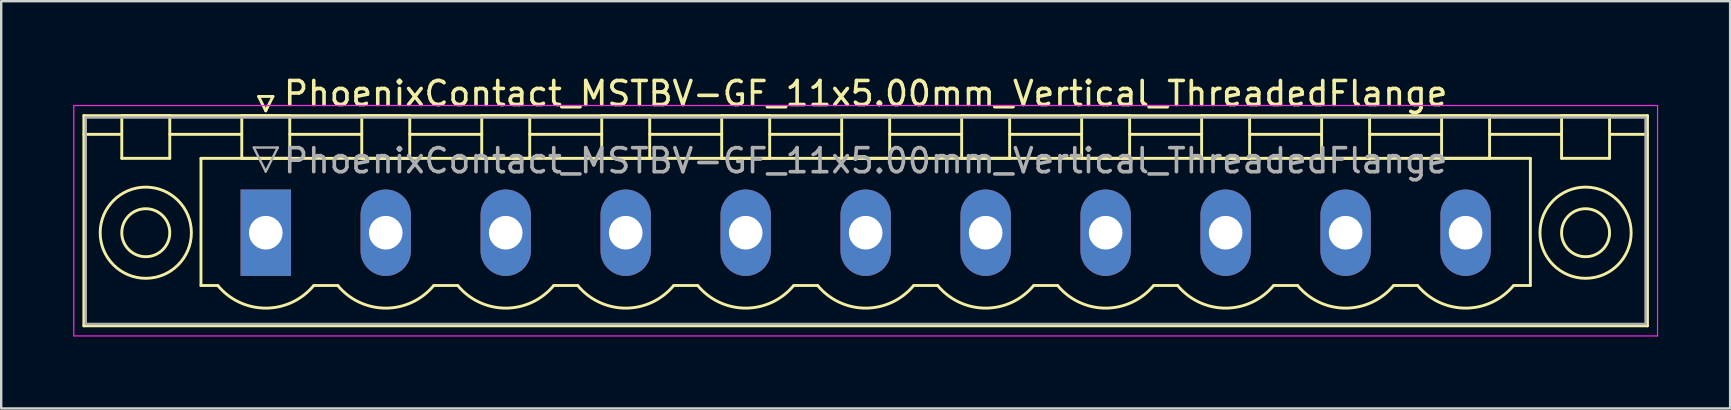
<source format=kicad_pcb>
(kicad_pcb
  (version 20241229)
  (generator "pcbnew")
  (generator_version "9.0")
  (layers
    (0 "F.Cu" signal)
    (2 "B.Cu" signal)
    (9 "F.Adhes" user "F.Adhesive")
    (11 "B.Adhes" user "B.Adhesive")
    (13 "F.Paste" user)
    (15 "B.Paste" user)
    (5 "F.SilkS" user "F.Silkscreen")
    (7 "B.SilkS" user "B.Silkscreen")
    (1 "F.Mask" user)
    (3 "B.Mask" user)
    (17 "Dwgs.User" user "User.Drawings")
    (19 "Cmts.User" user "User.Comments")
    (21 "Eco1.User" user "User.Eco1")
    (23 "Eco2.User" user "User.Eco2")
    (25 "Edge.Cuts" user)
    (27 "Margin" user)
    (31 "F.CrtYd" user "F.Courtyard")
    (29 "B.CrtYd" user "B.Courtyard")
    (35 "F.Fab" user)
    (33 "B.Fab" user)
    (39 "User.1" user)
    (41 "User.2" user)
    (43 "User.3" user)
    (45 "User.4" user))
  (footprint "PhoenixContact_MSTBV-GF_11x5.00mm_Vertical_ThreadedFlange"
    (layer "F.Cu")
    (at 8.025 6.648)
    (property "Reference" "PhoenixContact_MSTBV-GF_11x5.00mm_Vertical_ThreadedFlange" (at 25 -5.8 0) (layer "F.SilkS") (effects (font (size 1 1) (thickness 0.15))))
    (attr through_hole)
    (fp_line (start -7.58 -4.88) (end -7.58 3.88) (stroke (width 0.12) (type solid)) (layer "F.SilkS"))
    (fp_line (start -7.58 -4.1) (end -6.08 -4.1) (stroke (width 0.12) (type solid)) (layer "F.SilkS"))
    (fp_line (start -7.58 3.88) (end 57.58 3.88) (stroke (width 0.12) (type solid)) (layer "F.SilkS"))
    (fp_line (start -6 -4.88) (end -4 -4.88) (stroke (width 0.12) (type solid)) (layer "F.SilkS"))
    (fp_line (start -6 -3.1) (end -6 -4.88) (stroke (width 0.12) (type solid)) (layer "F.SilkS"))
    (fp_line (start -4 -4.88) (end -4 -3.1) (stroke (width 0.12) (type solid)) (layer "F.SilkS"))
    (fp_line (start -4 -4.1) (end -1 -4.1) (stroke (width 0.12) (type solid)) (layer "F.SilkS"))
    (fp_line (start -4 -3.1) (end -6 -3.1) (stroke (width 0.12) (type solid)) (layer "F.SilkS"))
    (fp_line (start -2.7 -3.1) (end 52.7 -3.1) (stroke (width 0.12) (type solid)) (layer "F.SilkS"))
    (fp_line (start -2.7 2.2) (end -2.7 -3.1) (stroke (width 0.12) (type solid)) (layer "F.SilkS"))
    (fp_line (start -2 2.2) (end -2.7 2.2) (stroke (width 0.12) (type solid)) (layer "F.SilkS"))
    (fp_line (start -1 -4.88) (end 1 -4.88) (stroke (width 0.12) (type solid)) (layer "F.SilkS"))
    (fp_line (start -1 -3.1) (end -1 -4.88) (stroke (width 0.12) (type solid)) (layer "F.SilkS"))
    (fp_line (start -0.3 -5.68) (end 0.3 -5.68) (stroke (width 0.12) (type solid)) (layer "F.SilkS"))
    (fp_line (start 0 -5.08) (end -0.3 -5.68) (stroke (width 0.12) (type solid)) (layer "F.SilkS"))
    (fp_line (start 0.3 -5.68) (end 0 -5.08) (stroke (width 0.12) (type solid)) (layer "F.SilkS"))
    (fp_line (start 1 -4.88) (end 1 -3.1) (stroke (width 0.12) (type solid)) (layer "F.SilkS"))
    (fp_line (start 1 -4.1) (end 4 -4.1) (stroke (width 0.12) (type solid)) (layer "F.SilkS"))
    (fp_line (start 1 -3.1) (end -1 -3.1) (stroke (width 0.12) (type solid)) (layer "F.SilkS"))
    (fp_line (start 2 2.2) (end 3 2.2) (stroke (width 0.12) (type solid)) (layer "F.SilkS"))
    (fp_line (start 4 -4.88) (end 6 -4.88) (stroke (width 0.12) (type solid)) (layer "F.SilkS"))
    (fp_line (start 4 -3.1) (end 4 -4.88) (stroke (width 0.12) (type solid)) (layer "F.SilkS"))
    (fp_line (start 6 -4.88) (end 6 -3.1) (stroke (width 0.12) (type solid)) (layer "F.SilkS"))
    (fp_line (start 6 -4.1) (end 9 -4.1) (stroke (width 0.12) (type solid)) (layer "F.SilkS"))
    (fp_line (start 6 -3.1) (end 4 -3.1) (stroke (width 0.12) (type solid)) (layer "F.SilkS"))
    (fp_line (start 7 2.2) (end 8 2.2) (stroke (width 0.12) (type solid)) (layer "F.SilkS"))
    (fp_line (start 9 -4.88) (end 11 -4.88) (stroke (width 0.12) (type solid)) (layer "F.SilkS"))
    (fp_line (start 9 -3.1) (end 9 -4.88) (stroke (width 0.12) (type solid)) (layer "F.SilkS"))
    (fp_line (start 11 -4.88) (end 11 -3.1) (stroke (width 0.12) (type solid)) (layer "F.SilkS"))
    (fp_line (start 11 -4.1) (end 14 -4.1) (stroke (width 0.12) (type solid)) (layer "F.SilkS"))
    (fp_line (start 11 -3.1) (end 9 -3.1) (stroke (width 0.12) (type solid)) (layer "F.SilkS"))
    (fp_line (start 12 2.2) (end 13 2.2) (stroke (width 0.12) (type solid)) (layer "F.SilkS"))
    (fp_line (start 14 -4.88) (end 16 -4.88) (stroke (width 0.12) (type solid)) (layer "F.SilkS"))
    (fp_line (start 14 -3.1) (end 14 -4.88) (stroke (width 0.12) (type solid)) (layer "F.SilkS"))
    (fp_line (start 16 -4.88) (end 16 -3.1) (stroke (width 0.12) (type solid)) (layer "F.SilkS"))
    (fp_line (start 16 -4.1) (end 19 -4.1) (stroke (width 0.12) (type solid)) (layer "F.SilkS"))
    (fp_line (start 16 -3.1) (end 14 -3.1) (stroke (width 0.12) (type solid)) (layer "F.SilkS"))
    (fp_line (start 17 2.2) (end 18 2.2) (stroke (width 0.12) (type solid)) (layer "F.SilkS"))
    (fp_line (start 19 -4.88) (end 21 -4.88) (stroke (width 0.12) (type solid)) (layer "F.SilkS"))
    (fp_line (start 19 -3.1) (end 19 -4.88) (stroke (width 0.12) (type solid)) (layer "F.SilkS"))
    (fp_line (start 21 -4.88) (end 21 -3.1) (stroke (width 0.12) (type solid)) (layer "F.SilkS"))
    (fp_line (start 21 -4.1) (end 24 -4.1) (stroke (width 0.12) (type solid)) (layer "F.SilkS"))
    (fp_line (start 21 -3.1) (end 19 -3.1) (stroke (width 0.12) (type solid)) (layer "F.SilkS"))
    (fp_line (start 22 2.2) (end 23 2.2) (stroke (width 0.12) (type solid)) (layer "F.SilkS"))
    (fp_line (start 24 -4.88) (end 26 -4.88) (stroke (width 0.12) (type solid)) (layer "F.SilkS"))
    (fp_line (start 24 -3.1) (end 24 -4.88) (stroke (width 0.12) (type solid)) (layer "F.SilkS"))
    (fp_line (start 26 -4.88) (end 26 -3.1) (stroke (width 0.12) (type solid)) (layer "F.SilkS"))
    (fp_line (start 26 -4.1) (end 29 -4.1) (stroke (width 0.12) (type solid)) (layer "F.SilkS"))
    (fp_line (start 26 -3.1) (end 24 -3.1) (stroke (width 0.12) (type solid)) (layer "F.SilkS"))
    (fp_line (start 27 2.2) (end 28 2.2) (stroke (width 0.12) (type solid)) (layer "F.SilkS"))
    (fp_line (start 29 -4.88) (end 31 -4.88) (stroke (width 0.12) (type solid)) (layer "F.SilkS"))
    (fp_line (start 29 -3.1) (end 29 -4.88) (stroke (width 0.12) (type solid)) (layer "F.SilkS"))
    (fp_line (start 31 -4.88) (end 31 -3.1) (stroke (width 0.12) (type solid)) (layer "F.SilkS"))
    (fp_line (start 31 -4.1) (end 34 -4.1) (stroke (width 0.12) (type solid)) (layer "F.SilkS"))
    (fp_line (start 31 -3.1) (end 29 -3.1) (stroke (width 0.12) (type solid)) (layer "F.SilkS"))
    (fp_line (start 32 2.2) (end 33 2.2) (stroke (width 0.12) (type solid)) (layer "F.SilkS"))
    (fp_line (start 34 -4.88) (end 36 -4.88) (stroke (width 0.12) (type solid)) (layer "F.SilkS"))
    (fp_line (start 34 -3.1) (end 34 -4.88) (stroke (width 0.12) (type solid)) (layer "F.SilkS"))
    (fp_line (start 36 -4.88) (end 36 -3.1) (stroke (width 0.12) (type solid)) (layer "F.SilkS"))
    (fp_line (start 36 -4.1) (end 39 -4.1) (stroke (width 0.12) (type solid)) (layer "F.SilkS"))
    (fp_line (start 36 -3.1) (end 34 -3.1) (stroke (width 0.12) (type solid)) (layer "F.SilkS"))
    (fp_line (start 37 2.2) (end 38 2.2) (stroke (width 0.12) (type solid)) (layer "F.SilkS"))
    (fp_line (start 39 -4.88) (end 41 -4.88) (stroke (width 0.12) (type solid)) (layer "F.SilkS"))
    (fp_line (start 39 -3.1) (end 39 -4.88) (stroke (width 0.12) (type solid)) (layer "F.SilkS"))
    (fp_line (start 41 -4.88) (end 41 -3.1) (stroke (width 0.12) (type solid)) (layer "F.SilkS"))
    (fp_line (start 41 -4.1) (end 44 -4.1) (stroke (width 0.12) (type solid)) (layer "F.SilkS"))
    (fp_line (start 41 -3.1) (end 39 -3.1) (stroke (width 0.12) (type solid)) (layer "F.SilkS"))
    (fp_line (start 42 2.2) (end 43 2.2) (stroke (width 0.12) (type solid)) (layer "F.SilkS"))
    (fp_line (start 44 -4.88) (end 46 -4.88) (stroke (width 0.12) (type solid)) (layer "F.SilkS"))
    (fp_line (start 44 -3.1) (end 44 -4.88) (stroke (width 0.12) (type solid)) (layer "F.SilkS"))
    (fp_line (start 46 -4.88) (end 46 -3.1) (stroke (width 0.12) (type solid)) (layer "F.SilkS"))
    (fp_line (start 46 -4.1) (end 49 -4.1) (stroke (width 0.12) (type solid)) (layer "F.SilkS"))
    (fp_line (start 46 -3.1) (end 44 -3.1) (stroke (width 0.12) (type solid)) (layer "F.SilkS"))
    (fp_line (start 47 2.2) (end 48 2.2) (stroke (width 0.12) (type solid)) (layer "F.SilkS"))
    (fp_line (start 49 -4.88) (end 51 -4.88) (stroke (width 0.12) (type solid)) (layer "F.SilkS"))
    (fp_line (start 49 -3.1) (end 49 -4.88) (stroke (width 0.12) (type solid)) (layer "F.SilkS"))
    (fp_line (start 51 -4.88) (end 51 -3.1) (stroke (width 0.12) (type solid)) (layer "F.SilkS"))
    (fp_line (start 51 -4.1) (end 54 -4.1) (stroke (width 0.12) (type solid)) (layer "F.SilkS"))
    (fp_line (start 51 -3.1) (end 49 -3.1) (stroke (width 0.12) (type solid)) (layer "F.SilkS"))
    (fp_line (start 52.7 -3.1) (end 52.7 2.2) (stroke (width 0.12) (type solid)) (layer "F.SilkS"))
    (fp_line (start 52.7 2.2) (end 52 2.2) (stroke (width 0.12) (type solid)) (layer "F.SilkS"))
    (fp_line (start 54 -4.88) (end 56 -4.88) (stroke (width 0.12) (type solid)) (layer "F.SilkS"))
    (fp_line (start 54 -3.1) (end 54 -4.88) (stroke (width 0.12) (type solid)) (layer "F.SilkS"))
    (fp_line (start 56 -4.88) (end 56 -3.1) (stroke (width 0.12) (type solid)) (layer "F.SilkS"))
    (fp_line (start 56 -3.1) (end 54 -3.1) (stroke (width 0.12) (type solid)) (layer "F.SilkS"))
    (fp_line (start 57.58 -4.88) (end -7.58 -4.88) (stroke (width 0.12) (type solid)) (layer "F.SilkS"))
    (fp_line (start 57.58 -4.1) (end 56.08 -4.1) (stroke (width 0.12) (type solid)) (layer "F.SilkS"))
    (fp_line (start 57.58 3.88) (end 57.58 -4.88) (stroke (width 0.12) (type solid)) (layer "F.SilkS"))
    (fp_arc (start 1.986842 2.215821) (mid -0.010289 3.142758) (end -2 2.2) (stroke (width 0.12) (type solid)) (layer "F.SilkS"))
    (fp_arc (start 6.986842 2.215821) (mid 4.989711 3.142758) (end 3 2.2) (stroke (width 0.12) (type solid)) (layer "F.SilkS"))
    (fp_arc (start 11.986842 2.215821) (mid 9.989711 3.142758) (end 8 2.2) (stroke (width 0.12) (type solid)) (layer "F.SilkS"))
    (fp_arc (start 16.986842 2.215821) (mid 14.989711 3.142758) (end 13 2.2) (stroke (width 0.12) (type solid)) (layer "F.SilkS"))
    (fp_arc (start 21.986842 2.215821) (mid 19.989711 3.142758) (end 18 2.2) (stroke (width 0.12) (type solid)) (layer "F.SilkS"))
    (fp_arc (start 26.986842 2.215821) (mid 24.989711 3.142758) (end 23 2.2) (stroke (width 0.12) (type solid)) (layer "F.SilkS"))
    (fp_arc (start 31.986842 2.215821) (mid 29.989711 3.142758) (end 28 2.2) (stroke (width 0.12) (type solid)) (layer "F.SilkS"))
    (fp_arc (start 36.986842 2.215821) (mid 34.989711 3.142758) (end 33 2.2) (stroke (width 0.12) (type solid)) (layer "F.SilkS"))
    (fp_arc (start 41.986842 2.215821) (mid 39.989711 3.142758) (end 38 2.2) (stroke (width 0.12) (type solid)) (layer "F.SilkS"))
    (fp_arc (start 46.986842 2.215821) (mid 44.989711 3.142758) (end 43 2.2) (stroke (width 0.12) (type solid)) (layer "F.SilkS"))
    (fp_arc (start 51.986842 2.215821) (mid 49.989711 3.142758) (end 48 2.2) (stroke (width 0.12) (type solid)) (layer "F.SilkS"))
    (fp_circle (center -5 0) (end -4 0) (stroke (width 0.12) (type solid)) (fill no) (layer "F.SilkS"))
    (fp_circle (center -5 0) (end -3.1 0) (stroke (width 0.12) (type solid)) (fill no) (layer "F.SilkS"))
    (fp_circle (center 55 0) (end 56 0) (stroke (width 0.12) (type solid)) (fill no) (layer "F.SilkS"))
    (fp_circle (center 55 0) (end 56.9 0) (stroke (width 0.12) (type solid)) (fill no) (layer "F.SilkS"))
    (fp_line (start -8 -5.3) (end -8 4.3) (stroke (width 0.05) (type solid)) (layer "F.CrtYd"))
    (fp_line (start -8 4.3) (end 58 4.3) (stroke (width 0.05) (type solid)) (layer "F.CrtYd"))
    (fp_line (start 58 -5.3) (end -8 -5.3) (stroke (width 0.05) (type solid)) (layer "F.CrtYd"))
    (fp_line (start 58 4.3) (end 58 -5.3) (stroke (width 0.05) (type solid)) (layer "F.CrtYd"))
    (fp_line (start -7.5 -4.8) (end -7.5 3.8) (stroke (width 0.1) (type solid)) (layer "F.Fab"))
    (fp_line (start -7.5 3.8) (end 57.5 3.8) (stroke (width 0.1) (type solid)) (layer "F.Fab"))
    (fp_line (start -0.5 -3.55) (end 0.5 -3.55) (stroke (width 0.1) (type solid)) (layer "F.Fab"))
    (fp_line (start 0 -2.55) (end -0.5 -3.55) (stroke (width 0.1) (type solid)) (layer "F.Fab"))
    (fp_line (start 0.5 -3.55) (end 0 -2.55) (stroke (width 0.1) (type solid)) (layer "F.Fab"))
    (fp_line (start 57.5 -4.8) (end -7.5 -4.8) (stroke (width 0.1) (type solid)) (layer "F.Fab"))
    (fp_line (start 57.5 3.8) (end 57.5 -4.8) (stroke (width 0.1) (type solid)) (layer "F.Fab"))
    (fp_text user "${REFERENCE}" (at 25 -3 0) (layer "F.Fab") (effects (font (size 1 1) (thickness 0.15))))
    (pad "1" thru_hole rect (at 0 0) (size 2.1 3.6) (drill 1.4) (layers "*.Cu" "*.Mask"))
    (pad "2" thru_hole oval (at 5 0) (size 2.1 3.6) (drill 1.4) (layers "*.Cu" "*.Mask"))
    (pad "3" thru_hole oval (at 10 0) (size 2.1 3.6) (drill 1.4) (layers "*.Cu" "*.Mask"))
    (pad "4" thru_hole oval (at 15 0) (size 2.1 3.6) (drill 1.4) (layers "*.Cu" "*.Mask"))
    (pad "5" thru_hole oval (at 20 0) (size 2.1 3.6) (drill 1.4) (layers "*.Cu" "*.Mask"))
    (pad "6" thru_hole oval (at 25 0) (size 2.1 3.6) (drill 1.4) (layers "*.Cu" "*.Mask"))
    (pad "7" thru_hole oval (at 30 0) (size 2.1 3.6) (drill 1.4) (layers "*.Cu" "*.Mask"))
    (pad "8" thru_hole oval (at 35 0) (size 2.1 3.6) (drill 1.4) (layers "*.Cu" "*.Mask"))
    (pad "9" thru_hole oval (at 40 0) (size 2.1 3.6) (drill 1.4) (layers "*.Cu" "*.Mask"))
    (pad "10" thru_hole oval (at 45 0) (size 2.1 3.6) (drill 1.4) (layers "*.Cu" "*.Mask"))
    (pad "11" thru_hole oval (at 50 0) (size 2.1 3.6) (drill 1.4) (layers "*.Cu" "*.Mask")))
  (gr_rect
    (start -3 -3)
    (end 69.05 13.973)
    (stroke (width 0.1) (type default))
    (fill no)
    (layer "Edge.Cuts")))
</source>
